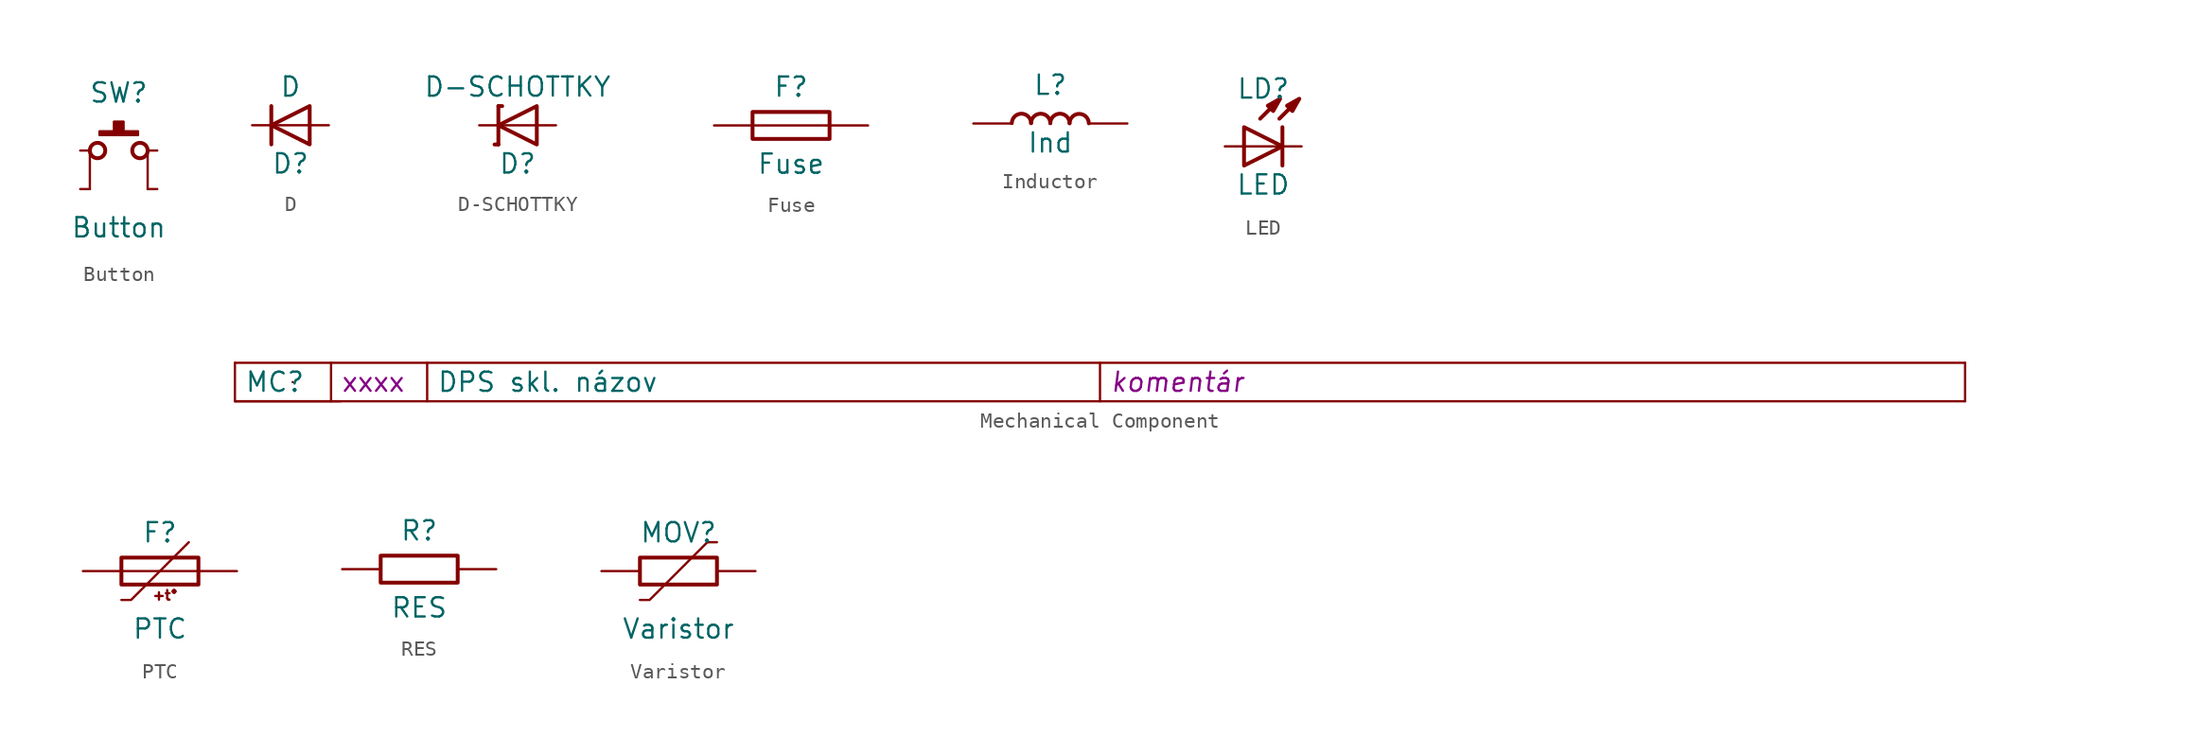
<source format=kicad_sym>
(kicad_symbol_lib
  (version 20241209)
  (generator "kicad_symbol_editor")
  (generator_version "9.0")
  (symbol "Button"
    (pin_numbers
      (hide yes))
    (pin_names
      (offset 0)
      (hide yes))
    (property "Reference" "SW"
      (at 0 3.81 0)
      (effects (font (size 1.27 1.27))))
    (property "Value" "Button"
      (at 0 -5.08 0)
      (effects (font (size 1.27 1.27))))
    (symbol "Button_0_1"
      (polyline (pts (xy -1.905 -2.54) (xy -1.905 0)) (stroke (width 0.152) (type default)) (fill (type none)))
      (circle (center -1.397 0) (radius 0.508) (stroke (width 0.254) (type default)) (fill (type none)))
      (rectangle (start -1.27 1.27) (end 1.27 1.016) (stroke (width 0.152) (type default)) (fill (type outline)))
      (rectangle (start -0.318 1.905) (end 0.318 1.27) (stroke (width 0.152) (type default)) (fill (type outline)))
      (circle (center 1.397 0) (radius 0.508) (stroke (width 0.254) (type default)) (fill (type none)))
      (polyline (pts (xy 1.905 -2.54) (xy 1.905 0)) (stroke (width 0.152) (type default)) (fill (type none))))
    (symbol "Button_1_1"
      (pin passive line (at -2.54 0 0) (length 0.635) (name "1" (effects (font (size 1.27 1.27)))) (number "1" (effects (font (size 1.27 1.27)))))
      (pin passive line (at -2.54 -2.54 0) (length 0.635) (name "1" (effects (font (size 1.27 1.27)))) (number "1" (effects (font (size 1.27 1.27)))))
      (pin passive line (at 2.54 0 180) (length 0.635) (name "2" (effects (font (size 1.27 1.27)))) (number "2" (effects (font (size 1.27 1.27)))))
      (pin passive line (at 2.54 -2.54 180) (length 0.635) (name "1" (effects (font (size 1.27 1.27)))) (number "1" (effects (font (size 1.27 1.27)))))))
  (symbol "D"
    (pin_numbers
      (hide yes))
    (pin_names
      (offset 1.016)
      (hide yes))
    (property "Reference" "D"
      (at 0 -2.54 0)
      (effects (font (size 1.27 1.27))))
    (property "Value" "D"
      (at 0 2.54 0)
      (effects (font (size 1.27 1.27))))
    (symbol "D_0_0"
      (polyline (pts (xy -1.27 0) (xy 1.27 0)) (stroke (width 0.152) (type default)) (fill (type none))))
    (symbol "D_0_1"
      (polyline (pts (xy -1.27 -1.27) (xy -1.27 1.27)) (stroke (width 0.254) (type default)) (fill (type none)))
      (polyline (pts (xy 1.27 -1.27) (xy 1.27 1.27) (xy -1.27 0) (xy 1.27 -1.27)) (stroke (width 0.254) (type default)) (fill (type none))))
    (symbol "D_1_1"
      (pin passive line (at -2.54 0 0) (length 1.27) (name "C" (effects (font (size 1.27 1.27)))) (number "1" (effects (font (size 1.27 1.27)))))
      (pin passive line (at 2.54 0 180) (length 1.27) (name "A" (effects (font (size 1.27 1.27)))) (number "2" (effects (font (size 1.27 1.27)))))))
  (symbol "D-SCHOTTKY"
    (pin_numbers
      (hide yes))
    (pin_names
      (offset 1.016)
      (hide yes))
    (property "Reference" "D"
      (at 0 -2.54 0)
      (effects (font (size 1.27 1.27))))
    (property "Value" "D-SCHOTTKY"
      (at 0 2.54 0)
      (effects (font (size 1.27 1.27))))
    (symbol "D-SCHOTTKY_0_0"
      (polyline (pts (xy -1.27 0) (xy 1.27 0)) (stroke (width 0.152) (type default)) (fill (type none))))
    (symbol "D-SCHOTTKY_0_1"
      (polyline (pts (xy -1.524 -1.27) (xy -1.27 -1.27)) (stroke (width 0.254) (type default)) (fill (type none)))
      (polyline (pts (xy -1.27 1.27) (xy -1.016 1.27)) (stroke (width 0.254) (type default)) (fill (type none)))
      (polyline (pts (xy -1.27 -1.27) (xy -1.27 1.27)) (stroke (width 0.254) (type default)) (fill (type none)))
      (polyline (pts (xy 1.27 -1.27) (xy 1.27 1.27) (xy -1.27 0) (xy 1.27 -1.27)) (stroke (width 0.254) (type default)) (fill (type none))))
    (symbol "D-SCHOTTKY_1_1"
      (pin passive line (at -2.54 0 0) (length 1.27) (name "C" (effects (font (size 1.27 1.27)))) (number "1" (effects (font (size 1.27 1.27)))))
      (pin passive line (at 2.54 0 180) (length 1.27) (name "A" (effects (font (size 1.27 1.27)))) (number "2" (effects (font (size 1.27 1.27)))))))
  (symbol "Fuse"
    (pin_numbers
      (hide yes))
    (pin_names
      (offset 0)
      (hide yes))
    (property "Reference" "F"
      (at 0 2.54 0)
      (effects (font (size 1.27 1.27))))
    (property "Value" "Fuse"
      (at 0 -2.54 0)
      (effects (font (size 1.27 1.27))))
    (symbol "Fuse_0_1"
      (rectangle (start -2.54 0.889) (end 2.54 -0.889) (stroke (width 0.254) (type default)) (fill (type none)))
      (polyline (pts (xy 2.54 0) (xy -2.54 0)) (stroke (width 0) (type default)) (fill (type none))))
    (symbol "Fuse_1_1"
      (pin passive line (at -5.08 0 0) (length 2.54) (name "1" (effects (font (size 1.27 1.27)))) (number "1" (effects (font (size 1.27 1.27)))))
      (pin passive line (at 5.08 0 180) (length 2.54) (name "2" (effects (font (size 1.27 1.27)))) (number "2" (effects (font (size 1.27 1.27)))))))
  (symbol "Inductor"
    (pin_numbers
      (hide yes))
    (pin_names
      (offset 0)
      (hide yes))
    (property "Reference" "L"
      (at 0 2.54 0)
      (effects (font (size 1.27 1.27))))
    (property "Value" "Ind"
      (at 0 -1.27 0)
      (effects (font (size 1.27 1.27))))
    (symbol "Inductor_1_1"
      (arc (start -2.54 0.0226) (mid -1.905 0.6464) (end -1.27 0.0226) (stroke (width 0.254) (type default)) (fill (type none)))
      (arc (start -1.27 0.0226) (mid -0.635 0.6464) (end 0 0.0226) (stroke (width 0.254) (type default)) (fill (type none)))
      (arc (start 0 0.0226) (mid 0.635 0.6464) (end 1.27 0.0226) (stroke (width 0.254) (type default)) (fill (type none)))
      (arc (start 1.27 0.0113) (mid 1.905 0.6351) (end 2.54 0.0113) (stroke (width 0.254) (type default)) (fill (type none)))
      (pin passive line (at -5.08 0 0) (length 2.54) (name "1" (effects (font (size 1.27 1.27)))) (number "1" (effects (font (size 1.27 1.27)))))
      (pin passive line (at 5.08 0 180) (length 2.54) (name "2" (effects (font (size 1.27 1.27)))) (number "2" (effects (font (size 1.27 1.27)))))))
  (symbol "LED"
    (pin_numbers
      (hide yes))
    (pin_names
      (offset 1.016)
      (hide yes))
    (property "Reference" "LD"
      (at 0 3.81 0)
      (effects (font (size 1.27 1.27))))
    (property "Value" "LED"
      (at 0 -2.54 0)
      (effects (font (size 1.27 1.27))))
    (property "Z-SYSCODE" ""
      (at 0 0 0)
      (effects (font (size 1.27 1.27))))
    (property "Assembly_Note" ""
      (at 0 0 0)
      (effects (font (size 1.27 1.27))))
    (property "Comment" ""
      (at 0 0 0)
      (effects (font (size 1.27 1.27))))
    (symbol "LED_0_0"
      (polyline (pts (xy -0.203 1.829) (xy 1.067 3.099)) (stroke (width 0.254) (type default)) (fill (type none)))
      (polyline (pts (xy 1.067 1.829) (xy 2.337 3.099)) (stroke (width 0.254) (type default)) (fill (type none)))
      (polyline (pts (xy 1.118 3.15) (xy 0.66 2.337) (xy 0.305 2.692) (xy 1.118 3.15)) (stroke (width 0.254) (type default)) (fill (type outline)))
      (polyline (pts (xy 1.27 0) (xy -1.27 0)) (stroke (width 0.152) (type default)) (fill (type none)))
      (polyline (pts (xy 2.388 3.15) (xy 1.93 2.337) (xy 1.575 2.692) (xy 2.388 3.15)) (stroke (width 0.254) (type default)) (fill (type outline))))
    (symbol "LED_0_1"
      (polyline (pts (xy -1.27 1.27) (xy -1.27 -1.27) (xy 1.27 0) (xy -1.27 1.27)) (stroke (width 0.254) (type default)) (fill (type none)))
      (polyline (pts (xy 1.27 1.27) (xy 1.27 -1.27)) (stroke (width 0.254) (type default)) (fill (type none))))
    (symbol "LED_1_1"
      (pin passive line (at -2.54 0 0) (length 1.27) (name "A" (effects (font (size 1.27 1.27)))) (number "2" (effects (font (size 1.27 1.27)))))
      (pin passive line (at 2.54 0 180) (length 1.27) (name "C" (effects (font (size 1.27 1.27)))) (number "1" (effects (font (size 1.27 1.27)))))))
  (symbol "Mechanical Component"
    (pin_numbers
      (hide yes))
    (pin_names
      (offset 0)
      (hide yes))
    (property "Reference" "MC"
      (at 0.635 1.27 0)
      (do_not_autoplace)
      (effects (font (size 1.27 1.27)) (justify left)))
    (property "Value" "DPS skl. názov"
      (at 13.335 1.27 0)
      (do_not_autoplace)
      (effects (font (size 1.27 1.27)) (justify left)))
    (property "Z-SYSCODE" "xxxx"
      (at 6.985 1.27 0)
      (do_not_autoplace)
      (effects (font (size 1.27 1.27)) (justify left)))
    (property "Assembly_Note" "komentár"
      (at 57.785 1.27 0)
      (do_not_autoplace)
      (effects (font (size 1.27 1.27) (italic yes)) (justify left)))
    (symbol "Mechanical Component_0_1"
      (polyline (pts (xy 0 0) (xy 0 2.54)) (stroke (width 0.152) (type default)) (fill (type none)))
      (rectangle (start 3.81 1.27) (end 3.81 1.27) (stroke (width 0.152) (type default)) (fill (type none)))
      (polyline (pts (xy 6.35 0) (xy 6.35 2.54)) (stroke (width 0.152) (type default)) (fill (type none)))
      (polyline (pts (xy 6.985 0) (xy 0 0)) (stroke (width 0.152) (type default)) (fill (type none)))
      (polyline (pts (xy 12.7 0) (xy 12.7 2.54)) (stroke (width 0.152) (type default)) (fill (type none)))
      (polyline (pts (xy 57.15 0) (xy 57.15 2.54)) (stroke (width 0.152) (type default)) (fill (type none)))
      (polyline (pts (xy 114.3 2.54) (xy 0 2.54)) (stroke (width 0.152) (type default)) (fill (type none)))
      (polyline (pts (xy 114.3 0) (xy 0 0)) (stroke (width 0.152) (type default)) (fill (type none)))
      (polyline (pts (xy 114.3 0) (xy 114.3 2.54)) (stroke (width 0.152) (type default)) (fill (type none)))))
  (symbol "PTC"
    (pin_numbers
      (hide yes))
    (pin_names
      (offset 0)
      (hide yes))
    (property "Reference" "F"
      (at 0 2.54 0)
      (effects (font (size 1.27 1.27))))
    (property "Value" "PTC"
      (at 0 -3.81 0)
      (effects (font (size 1.27 1.27))))
    (symbol "PTC_0_0"
      (text "+t°" (at 0.36 -1.597 0) (effects (font (size 0.635 0.635)))))
    (symbol "PTC_0_1"
      (rectangle (start -2.54 0.889) (end 2.54 -0.889) (stroke (width 0.254) (type default)) (fill (type none)))
      (polyline (pts (xy -2.54 -1.905) (xy -1.905 -1.905) (xy 1.905 1.905) (xy 1.905 1.905)) (stroke (width 0) (type default)) (fill (type none)))
      (polyline (pts (xy 2.54 0) (xy -2.54 0)) (stroke (width 0) (type default)) (fill (type none))))
    (symbol "PTC_1_1"
      (pin passive line (at -5.08 0 0) (length 2.54) (name "1" (effects (font (size 1.27 1.27)))) (number "1" (effects (font (size 1.27 1.27)))))
      (pin passive line (at 5.08 0 180) (length 2.54) (name "2" (effects (font (size 1.27 1.27)))) (number "2" (effects (font (size 1.27 1.27)))))))
  (symbol "RES"
    (pin_numbers
      (hide yes))
    (pin_names
      (offset 0)
      (hide yes))
    (property "Reference" "R"
      (at 0 2.54 0)
      (effects (font (size 1.27 1.27))))
    (property "Value" "RES"
      (at 0 -2.54 0)
      (effects (font (size 1.27 1.27))))
    (symbol "RES_0_1"
      (rectangle (start -2.54 0.889) (end 2.54 -0.889) (stroke (width 0.254) (type default)) (fill (type none))))
    (symbol "RES_1_1"
      (pin passive line (at -5.08 0 0) (length 2.54) (name "1" (effects (font (size 1.27 1.27)))) (number "1" (effects (font (size 1.27 1.27)))))
      (pin passive line (at 5.08 0 180) (length 2.54) (name "2" (effects (font (size 1.27 1.27)))) (number "2" (effects (font (size 1.27 1.27)))))))
  (symbol "Varistor"
    (pin_numbers
      (hide yes))
    (pin_names
      (offset 0)
      (hide yes))
    (property "Reference" "MOV"
      (at 0 2.54 0)
      (effects (font (size 1.27 1.27))))
    (property "Value" "Varistor"
      (at 0 -3.81 0)
      (effects (font (size 1.27 1.27))))
    (symbol "Varistor_0_1"
      (rectangle (start -2.54 0.889) (end 2.54 -0.889) (stroke (width 0.254) (type default)) (fill (type none)))
      (polyline (pts (xy -2.54 -1.905) (xy -1.905 -1.905) (xy 1.905 1.905) (xy 1.905 1.905)) (stroke (width 0) (type default)) (fill (type none)))
      (polyline (pts (xy 1.905 1.905) (xy 2.54 1.905)) (stroke (width 0) (type default)) (fill (type none))))
    (symbol "Varistor_1_1"
      (pin passive line (at -5.08 0 0) (length 2.54) (name "1" (effects (font (size 1.27 1.27)))) (number "1" (effects (font (size 1.27 1.27)))))
      (pin passive line (at 5.08 0 180) (length 2.54) (name "2" (effects (font (size 1.27 1.27)))) (number "2" (effects (font (size 1.27 1.27))))))))
</source>
